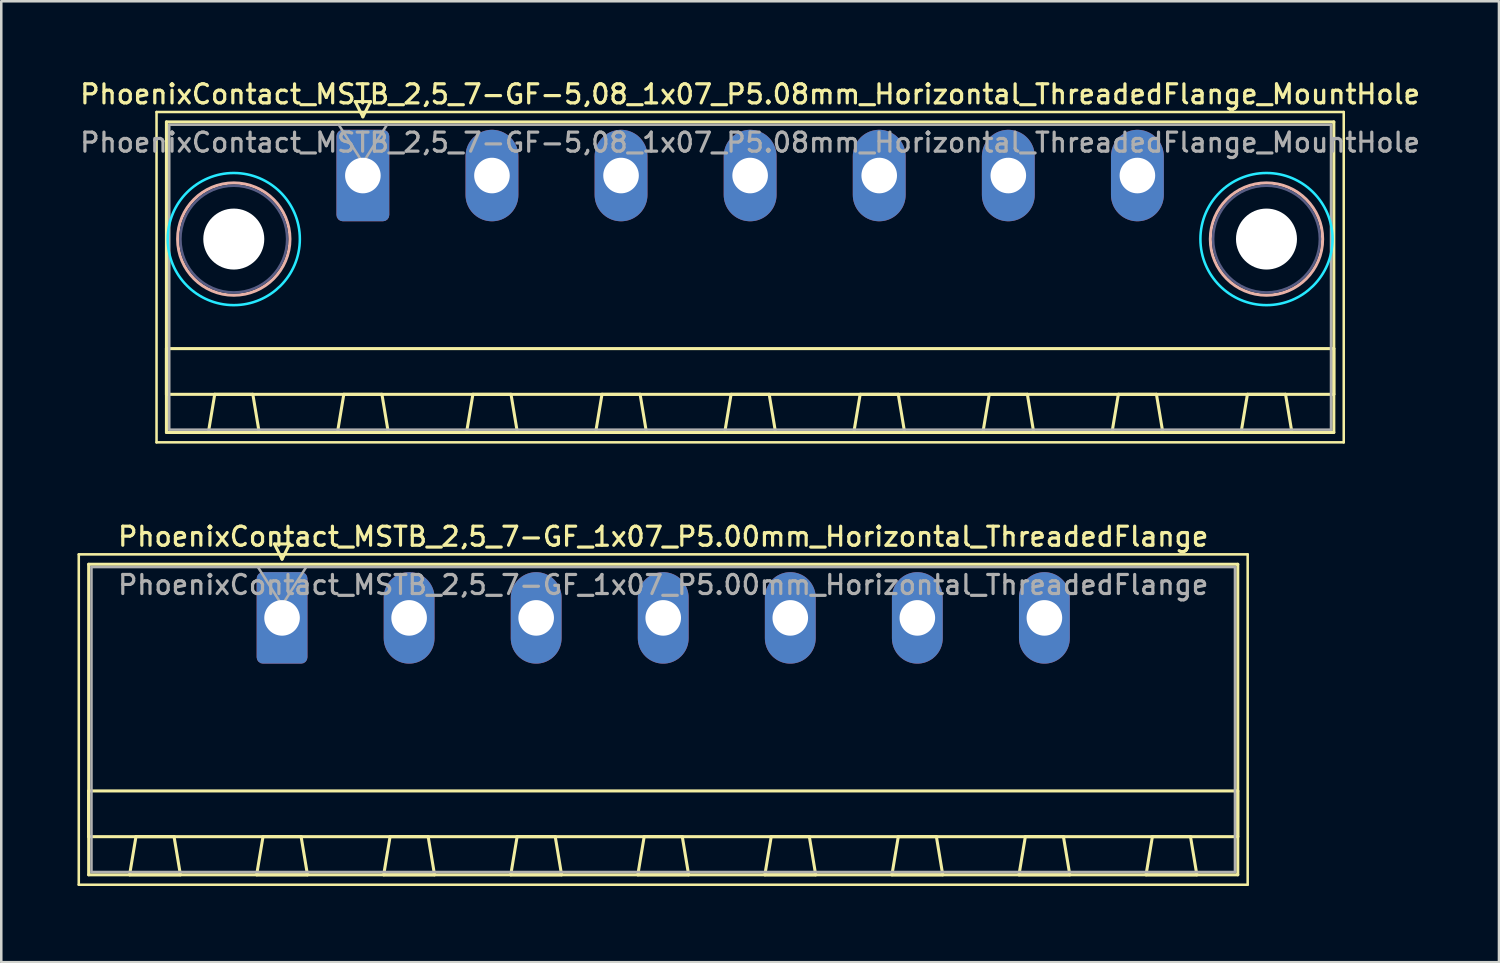
<source format=kicad_pcb>
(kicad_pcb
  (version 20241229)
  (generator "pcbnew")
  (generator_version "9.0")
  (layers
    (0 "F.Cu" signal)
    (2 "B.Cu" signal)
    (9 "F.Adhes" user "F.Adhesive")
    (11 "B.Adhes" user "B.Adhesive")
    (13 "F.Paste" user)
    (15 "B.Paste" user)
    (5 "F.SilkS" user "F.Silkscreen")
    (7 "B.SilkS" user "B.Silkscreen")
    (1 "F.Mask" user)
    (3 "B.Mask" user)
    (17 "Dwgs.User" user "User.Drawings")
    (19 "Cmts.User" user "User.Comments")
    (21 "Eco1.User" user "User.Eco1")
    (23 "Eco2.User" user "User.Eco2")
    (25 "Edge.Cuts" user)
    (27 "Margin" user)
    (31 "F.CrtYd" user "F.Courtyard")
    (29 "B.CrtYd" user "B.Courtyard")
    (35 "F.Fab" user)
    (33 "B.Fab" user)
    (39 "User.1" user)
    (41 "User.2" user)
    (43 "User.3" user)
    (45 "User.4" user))
  (footprint "PhoenixContact_MSTB_2,5_7-GF-5,08_1x07_P5.08mm_Horizontal_ThreadedFlange_MountHole"
    (layer "F.Cu")
    (at 11.23 3.858)
    (property "Reference" "PhoenixContact_MSTB_2,5_7-GF-5,08_1x07_P5.08mm_Horizontal_ThreadedFlange_MountHole" (at 15.24 -3.2 0) (layer "F.SilkS") (effects (font (size 0.75 0.75) (thickness 0.125))))
    (attr through_hole)
    (fp_line (start -8.12 -2.5) (end -8.12 10.5) (stroke (width 0.1) (type solid)) (layer "F.SilkS"))
    (fp_line (start -8.12 10.5) (end 38.6 10.5) (stroke (width 0.1) (type solid)) (layer "F.SilkS"))
    (fp_line (start -7.73 -2.11) (end -7.73 10.11) (stroke (width 0.12) (type solid)) (layer "F.SilkS"))
    (fp_line (start -7.73 6.81) (end 38.21 6.81) (stroke (width 0.12) (type solid)) (layer "F.SilkS"))
    (fp_line (start -7.73 8.61) (end -7.73 6.81) (stroke (width 0.12) (type solid)) (layer "F.SilkS"))
    (fp_line (start -7.73 10.11) (end 38.21 10.11) (stroke (width 0.12) (type solid)) (layer "F.SilkS"))
    (fp_line (start -6.08 10.11) (end -4.08 10.11) (stroke (width 0.12) (type solid)) (layer "F.SilkS"))
    (fp_line (start -5.83 8.61) (end -6.08 10.11) (stroke (width 0.12) (type solid)) (layer "F.SilkS"))
    (fp_line (start -4.33 8.61) (end -5.83 8.61) (stroke (width 0.12) (type solid)) (layer "F.SilkS"))
    (fp_line (start -4.08 10.11) (end -4.33 8.61) (stroke (width 0.12) (type solid)) (layer "F.SilkS"))
    (fp_line (start -1 10.11) (end 1 10.11) (stroke (width 0.12) (type solid)) (layer "F.SilkS"))
    (fp_line (start -0.75 8.61) (end -1 10.11) (stroke (width 0.12) (type solid)) (layer "F.SilkS"))
    (fp_line (start -0.3 -2.91) (end 0.3 -2.91) (stroke (width 0.12) (type solid)) (layer "F.SilkS"))
    (fp_line (start 0 -2.31) (end -0.3 -2.91) (stroke (width 0.12) (type solid)) (layer "F.SilkS"))
    (fp_line (start 0.3 -2.91) (end 0 -2.31) (stroke (width 0.12) (type solid)) (layer "F.SilkS"))
    (fp_line (start 0.75 8.61) (end -0.75 8.61) (stroke (width 0.12) (type solid)) (layer "F.SilkS"))
    (fp_line (start 1 10.11) (end 0.75 8.61) (stroke (width 0.12) (type solid)) (layer "F.SilkS"))
    (fp_line (start 4.08 10.11) (end 6.08 10.11) (stroke (width 0.12) (type solid)) (layer "F.SilkS"))
    (fp_line (start 4.33 8.61) (end 4.08 10.11) (stroke (width 0.12) (type solid)) (layer "F.SilkS"))
    (fp_line (start 5.83 8.61) (end 4.33 8.61) (stroke (width 0.12) (type solid)) (layer "F.SilkS"))
    (fp_line (start 6.08 10.11) (end 5.83 8.61) (stroke (width 0.12) (type solid)) (layer "F.SilkS"))
    (fp_line (start 9.16 10.11) (end 11.16 10.11) (stroke (width 0.12) (type solid)) (layer "F.SilkS"))
    (fp_line (start 9.41 8.61) (end 9.16 10.11) (stroke (width 0.12) (type solid)) (layer "F.SilkS"))
    (fp_line (start 10.91 8.61) (end 9.41 8.61) (stroke (width 0.12) (type solid)) (layer "F.SilkS"))
    (fp_line (start 11.16 10.11) (end 10.91 8.61) (stroke (width 0.12) (type solid)) (layer "F.SilkS"))
    (fp_line (start 14.24 10.11) (end 16.24 10.11) (stroke (width 0.12) (type solid)) (layer "F.SilkS"))
    (fp_line (start 14.49 8.61) (end 14.24 10.11) (stroke (width 0.12) (type solid)) (layer "F.SilkS"))
    (fp_line (start 15.99 8.61) (end 14.49 8.61) (stroke (width 0.12) (type solid)) (layer "F.SilkS"))
    (fp_line (start 16.24 10.11) (end 15.99 8.61) (stroke (width 0.12) (type solid)) (layer "F.SilkS"))
    (fp_line (start 19.32 10.11) (end 21.32 10.11) (stroke (width 0.12) (type solid)) (layer "F.SilkS"))
    (fp_line (start 19.57 8.61) (end 19.32 10.11) (stroke (width 0.12) (type solid)) (layer "F.SilkS"))
    (fp_line (start 21.07 8.61) (end 19.57 8.61) (stroke (width 0.12) (type solid)) (layer "F.SilkS"))
    (fp_line (start 21.32 10.11) (end 21.07 8.61) (stroke (width 0.12) (type solid)) (layer "F.SilkS"))
    (fp_line (start 24.4 10.11) (end 26.4 10.11) (stroke (width 0.12) (type solid)) (layer "F.SilkS"))
    (fp_line (start 24.65 8.61) (end 24.4 10.11) (stroke (width 0.12) (type solid)) (layer "F.SilkS"))
    (fp_line (start 26.15 8.61) (end 24.65 8.61) (stroke (width 0.12) (type solid)) (layer "F.SilkS"))
    (fp_line (start 26.4 10.11) (end 26.15 8.61) (stroke (width 0.12) (type solid)) (layer "F.SilkS"))
    (fp_line (start 29.48 10.11) (end 31.48 10.11) (stroke (width 0.12) (type solid)) (layer "F.SilkS"))
    (fp_line (start 29.73 8.61) (end 29.48 10.11) (stroke (width 0.12) (type solid)) (layer "F.SilkS"))
    (fp_line (start 31.23 8.61) (end 29.73 8.61) (stroke (width 0.12) (type solid)) (layer "F.SilkS"))
    (fp_line (start 31.48 10.11) (end 31.23 8.61) (stroke (width 0.12) (type solid)) (layer "F.SilkS"))
    (fp_line (start 34.56 10.11) (end 36.56 10.11) (stroke (width 0.12) (type solid)) (layer "F.SilkS"))
    (fp_line (start 34.81 8.61) (end 34.56 10.11) (stroke (width 0.12) (type solid)) (layer "F.SilkS"))
    (fp_line (start 36.31 8.61) (end 34.81 8.61) (stroke (width 0.12) (type solid)) (layer "F.SilkS"))
    (fp_line (start 36.56 10.11) (end 36.31 8.61) (stroke (width 0.12) (type solid)) (layer "F.SilkS"))
    (fp_line (start 38.21 -2.11) (end -7.73 -2.11) (stroke (width 0.12) (type solid)) (layer "F.SilkS"))
    (fp_line (start 38.21 6.81) (end 38.21 8.61) (stroke (width 0.12) (type solid)) (layer "F.SilkS"))
    (fp_line (start 38.21 8.61) (end -7.73 8.61) (stroke (width 0.12) (type solid)) (layer "F.SilkS"))
    (fp_line (start 38.21 10.11) (end 38.21 -2.11) (stroke (width 0.12) (type solid)) (layer "F.SilkS"))
    (fp_line (start 38.6 -2.5) (end -8.12 -2.5) (stroke (width 0.1) (type solid)) (layer "F.SilkS"))
    (fp_line (start 38.6 10.5) (end 38.6 -2.5) (stroke (width 0.1) (type solid)) (layer "F.SilkS"))
    (fp_circle (center -5.08 2.5) (end -2.87 2.5) (stroke (width 0.12) (type solid)) (fill no) (layer "B.SilkS"))
    (fp_circle (center 35.56 2.5) (end 37.77 2.5) (stroke (width 0.12) (type solid)) (fill no) (layer "B.SilkS"))
    (fp_circle (center -5.08 2.5) (end -2.48 2.5) (stroke (width 0.1) (type solid)) (fill no) (layer "B.CrtYd"))
    (fp_circle (center 35.56 2.5) (end 38.16 2.5) (stroke (width 0.1) (type solid)) (fill no) (layer "B.CrtYd"))
    (fp_circle (center -5.08 2.5) (end -2.98 2.5) (stroke (width 0.1) (type solid)) (fill no) (layer "B.Fab"))
    (fp_circle (center 35.56 2.5) (end 37.66 2.5) (stroke (width 0.1) (type solid)) (fill no) (layer "B.Fab"))
    (fp_line (start -7.62 -2) (end -7.62 10) (stroke (width 0.1) (type solid)) (layer "F.Fab"))
    (fp_line (start -7.62 10) (end 38.1 10) (stroke (width 0.1) (type solid)) (layer "F.Fab"))
    (fp_line (start 0 -0.5) (end -0.95 -2) (stroke (width 0.1) (type solid)) (layer "F.Fab"))
    (fp_line (start 0.95 -2) (end 0 -0.5) (stroke (width 0.1) (type solid)) (layer "F.Fab"))
    (fp_line (start 38.1 -2) (end -7.62 -2) (stroke (width 0.1) (type solid)) (layer "F.Fab"))
    (fp_line (start 38.1 10) (end 38.1 -2) (stroke (width 0.1) (type solid)) (layer "F.Fab"))
    (fp_text user "${REFERENCE}" (at 15.24 -1.3 0) (layer "F.Fab") (effects (font (size 0.75 0.75) (thickness 0.125))))
    (pad "" np_thru_hole circle (at -5.08 2.5) (size 2.4 2.4) (drill 2.4) (layers "*.Cu" "*.Mask"))
    (pad "" np_thru_hole circle (at 35.56 2.5) (size 2.4 2.4) (drill 2.4) (layers "*.Cu" "*.Mask"))
    (pad "1" thru_hole roundrect (at 0 0) (size 2.08 3.6) (drill 1.4) (layers "*.Cu" "*.Mask") (roundrect_rratio 0.12))
    (pad "2" thru_hole oval (at 5.08 0) (size 2.08 3.6) (drill 1.4) (layers "*.Cu" "*.Mask"))
    (pad "3" thru_hole oval (at 10.16 0) (size 2.08 3.6) (drill 1.4) (layers "*.Cu" "*.Mask"))
    (pad "4" thru_hole oval (at 15.24 0) (size 2.08 3.6) (drill 1.4) (layers "*.Cu" "*.Mask"))
    (pad "5" thru_hole oval (at 20.32 0) (size 2.08 3.6) (drill 1.4) (layers "*.Cu" "*.Mask"))
    (pad "6" thru_hole oval (at 25.4 0) (size 2.08 3.6) (drill 1.4) (layers "*.Cu" "*.Mask"))
    (pad "7" thru_hole oval (at 30.48 0) (size 2.08 3.6) (drill 1.4) (layers "*.Cu" "*.Mask")))
  (footprint "PhoenixContact_MSTB_2,5_7-GF_1x07_P5.00mm_Horizontal_ThreadedFlange"
    (layer "F.Cu")
    (at 8.05 21.266)
    (property "Reference" "PhoenixContact_MSTB_2,5_7-GF_1x07_P5.00mm_Horizontal_ThreadedFlange" (at 15 -3.2 0) (layer "F.SilkS") (effects (font (size 0.75 0.75) (thickness 0.125))))
    (attr through_hole)
    (fp_line (start -8 -2.5) (end -8 10.5) (stroke (width 0.1) (type solid)) (layer "F.SilkS"))
    (fp_line (start -8 10.5) (end 38 10.5) (stroke (width 0.1) (type solid)) (layer "F.SilkS"))
    (fp_line (start -7.61 -2.11) (end -7.61 10.11) (stroke (width 0.12) (type solid)) (layer "F.SilkS"))
    (fp_line (start -7.61 6.81) (end 37.61 6.81) (stroke (width 0.12) (type solid)) (layer "F.SilkS"))
    (fp_line (start -7.61 8.61) (end -7.61 6.81) (stroke (width 0.12) (type solid)) (layer "F.SilkS"))
    (fp_line (start -7.61 10.11) (end 37.61 10.11) (stroke (width 0.12) (type solid)) (layer "F.SilkS"))
    (fp_line (start -6 10.11) (end -4 10.11) (stroke (width 0.12) (type solid)) (layer "F.SilkS"))
    (fp_line (start -5.75 8.61) (end -6 10.11) (stroke (width 0.12) (type solid)) (layer "F.SilkS"))
    (fp_line (start -4.25 8.61) (end -5.75 8.61) (stroke (width 0.12) (type solid)) (layer "F.SilkS"))
    (fp_line (start -4 10.11) (end -4.25 8.61) (stroke (width 0.12) (type solid)) (layer "F.SilkS"))
    (fp_line (start -1 10.11) (end 1 10.11) (stroke (width 0.12) (type solid)) (layer "F.SilkS"))
    (fp_line (start -0.75 8.61) (end -1 10.11) (stroke (width 0.12) (type solid)) (layer "F.SilkS"))
    (fp_line (start -0.3 -2.91) (end 0.3 -2.91) (stroke (width 0.12) (type solid)) (layer "F.SilkS"))
    (fp_line (start 0 -2.31) (end -0.3 -2.91) (stroke (width 0.12) (type solid)) (layer "F.SilkS"))
    (fp_line (start 0.3 -2.91) (end 0 -2.31) (stroke (width 0.12) (type solid)) (layer "F.SilkS"))
    (fp_line (start 0.75 8.61) (end -0.75 8.61) (stroke (width 0.12) (type solid)) (layer "F.SilkS"))
    (fp_line (start 1 10.11) (end 0.75 8.61) (stroke (width 0.12) (type solid)) (layer "F.SilkS"))
    (fp_line (start 4 10.11) (end 6 10.11) (stroke (width 0.12) (type solid)) (layer "F.SilkS"))
    (fp_line (start 4.25 8.61) (end 4 10.11) (stroke (width 0.12) (type solid)) (layer "F.SilkS"))
    (fp_line (start 5.75 8.61) (end 4.25 8.61) (stroke (width 0.12) (type solid)) (layer "F.SilkS"))
    (fp_line (start 6 10.11) (end 5.75 8.61) (stroke (width 0.12) (type solid)) (layer "F.SilkS"))
    (fp_line (start 9 10.11) (end 11 10.11) (stroke (width 0.12) (type solid)) (layer "F.SilkS"))
    (fp_line (start 9.25 8.61) (end 9 10.11) (stroke (width 0.12) (type solid)) (layer "F.SilkS"))
    (fp_line (start 10.75 8.61) (end 9.25 8.61) (stroke (width 0.12) (type solid)) (layer "F.SilkS"))
    (fp_line (start 11 10.11) (end 10.75 8.61) (stroke (width 0.12) (type solid)) (layer "F.SilkS"))
    (fp_line (start 14 10.11) (end 16 10.11) (stroke (width 0.12) (type solid)) (layer "F.SilkS"))
    (fp_line (start 14.25 8.61) (end 14 10.11) (stroke (width 0.12) (type solid)) (layer "F.SilkS"))
    (fp_line (start 15.75 8.61) (end 14.25 8.61) (stroke (width 0.12) (type solid)) (layer "F.SilkS"))
    (fp_line (start 16 10.11) (end 15.75 8.61) (stroke (width 0.12) (type solid)) (layer "F.SilkS"))
    (fp_line (start 19 10.11) (end 21 10.11) (stroke (width 0.12) (type solid)) (layer "F.SilkS"))
    (fp_line (start 19.25 8.61) (end 19 10.11) (stroke (width 0.12) (type solid)) (layer "F.SilkS"))
    (fp_line (start 20.75 8.61) (end 19.25 8.61) (stroke (width 0.12) (type solid)) (layer "F.SilkS"))
    (fp_line (start 21 10.11) (end 20.75 8.61) (stroke (width 0.12) (type solid)) (layer "F.SilkS"))
    (fp_line (start 24 10.11) (end 26 10.11) (stroke (width 0.12) (type solid)) (layer "F.SilkS"))
    (fp_line (start 24.25 8.61) (end 24 10.11) (stroke (width 0.12) (type solid)) (layer "F.SilkS"))
    (fp_line (start 25.75 8.61) (end 24.25 8.61) (stroke (width 0.12) (type solid)) (layer "F.SilkS"))
    (fp_line (start 26 10.11) (end 25.75 8.61) (stroke (width 0.12) (type solid)) (layer "F.SilkS"))
    (fp_line (start 29 10.11) (end 31 10.11) (stroke (width 0.12) (type solid)) (layer "F.SilkS"))
    (fp_line (start 29.25 8.61) (end 29 10.11) (stroke (width 0.12) (type solid)) (layer "F.SilkS"))
    (fp_line (start 30.75 8.61) (end 29.25 8.61) (stroke (width 0.12) (type solid)) (layer "F.SilkS"))
    (fp_line (start 31 10.11) (end 30.75 8.61) (stroke (width 0.12) (type solid)) (layer "F.SilkS"))
    (fp_line (start 34 10.11) (end 36 10.11) (stroke (width 0.12) (type solid)) (layer "F.SilkS"))
    (fp_line (start 34.25 8.61) (end 34 10.11) (stroke (width 0.12) (type solid)) (layer "F.SilkS"))
    (fp_line (start 35.75 8.61) (end 34.25 8.61) (stroke (width 0.12) (type solid)) (layer "F.SilkS"))
    (fp_line (start 36 10.11) (end 35.75 8.61) (stroke (width 0.12) (type solid)) (layer "F.SilkS"))
    (fp_line (start 37.61 -2.11) (end -7.61 -2.11) (stroke (width 0.12) (type solid)) (layer "F.SilkS"))
    (fp_line (start 37.61 6.81) (end 37.61 8.61) (stroke (width 0.12) (type solid)) (layer "F.SilkS"))
    (fp_line (start 37.61 8.61) (end -7.61 8.61) (stroke (width 0.12) (type solid)) (layer "F.SilkS"))
    (fp_line (start 37.61 10.11) (end 37.61 -2.11) (stroke (width 0.12) (type solid)) (layer "F.SilkS"))
    (fp_line (start 38 -2.5) (end -8 -2.5) (stroke (width 0.1) (type solid)) (layer "F.SilkS"))
    (fp_line (start 38 10.5) (end 38 -2.5) (stroke (width 0.1) (type solid)) (layer "F.SilkS"))
    (fp_line (start -7.5 -2) (end -7.5 10) (stroke (width 0.1) (type solid)) (layer "F.Fab"))
    (fp_line (start -7.5 10) (end 37.5 10) (stroke (width 0.1) (type solid)) (layer "F.Fab"))
    (fp_line (start 0 -0.5) (end -0.95 -2) (stroke (width 0.1) (type solid)) (layer "F.Fab"))
    (fp_line (start 0.95 -2) (end 0 -0.5) (stroke (width 0.1) (type solid)) (layer "F.Fab"))
    (fp_line (start 37.5 -2) (end -7.5 -2) (stroke (width 0.1) (type solid)) (layer "F.Fab"))
    (fp_line (start 37.5 10) (end 37.5 -2) (stroke (width 0.1) (type solid)) (layer "F.Fab"))
    (fp_text user "${REFERENCE}" (at 15 -1.3 0) (layer "F.Fab") (effects (font (size 0.75 0.75) (thickness 0.125))))
    (pad "1" thru_hole roundrect (at 0 0) (size 2 3.6) (drill 1.4) (layers "*.Cu" "*.Mask") (roundrect_rratio 0.125))
    (pad "2" thru_hole oval (at 5 0) (size 2 3.6) (drill 1.4) (layers "*.Cu" "*.Mask"))
    (pad "3" thru_hole oval (at 10 0) (size 2 3.6) (drill 1.4) (layers "*.Cu" "*.Mask"))
    (pad "4" thru_hole oval (at 15 0) (size 2 3.6) (drill 1.4) (layers "*.Cu" "*.Mask"))
    (pad "5" thru_hole oval (at 20 0) (size 2 3.6) (drill 1.4) (layers "*.Cu" "*.Mask"))
    (pad "6" thru_hole oval (at 25 0) (size 2 3.6) (drill 1.4) (layers "*.Cu" "*.Mask"))
    (pad "7" thru_hole oval (at 30 0) (size 2 3.6) (drill 1.4) (layers "*.Cu" "*.Mask")))
  (gr_rect
    (start -3 -3)
    (end 55.939 34.816)
    (stroke (width 0.1) (type default))
    (fill no)
    (layer "Edge.Cuts")))
</source>
